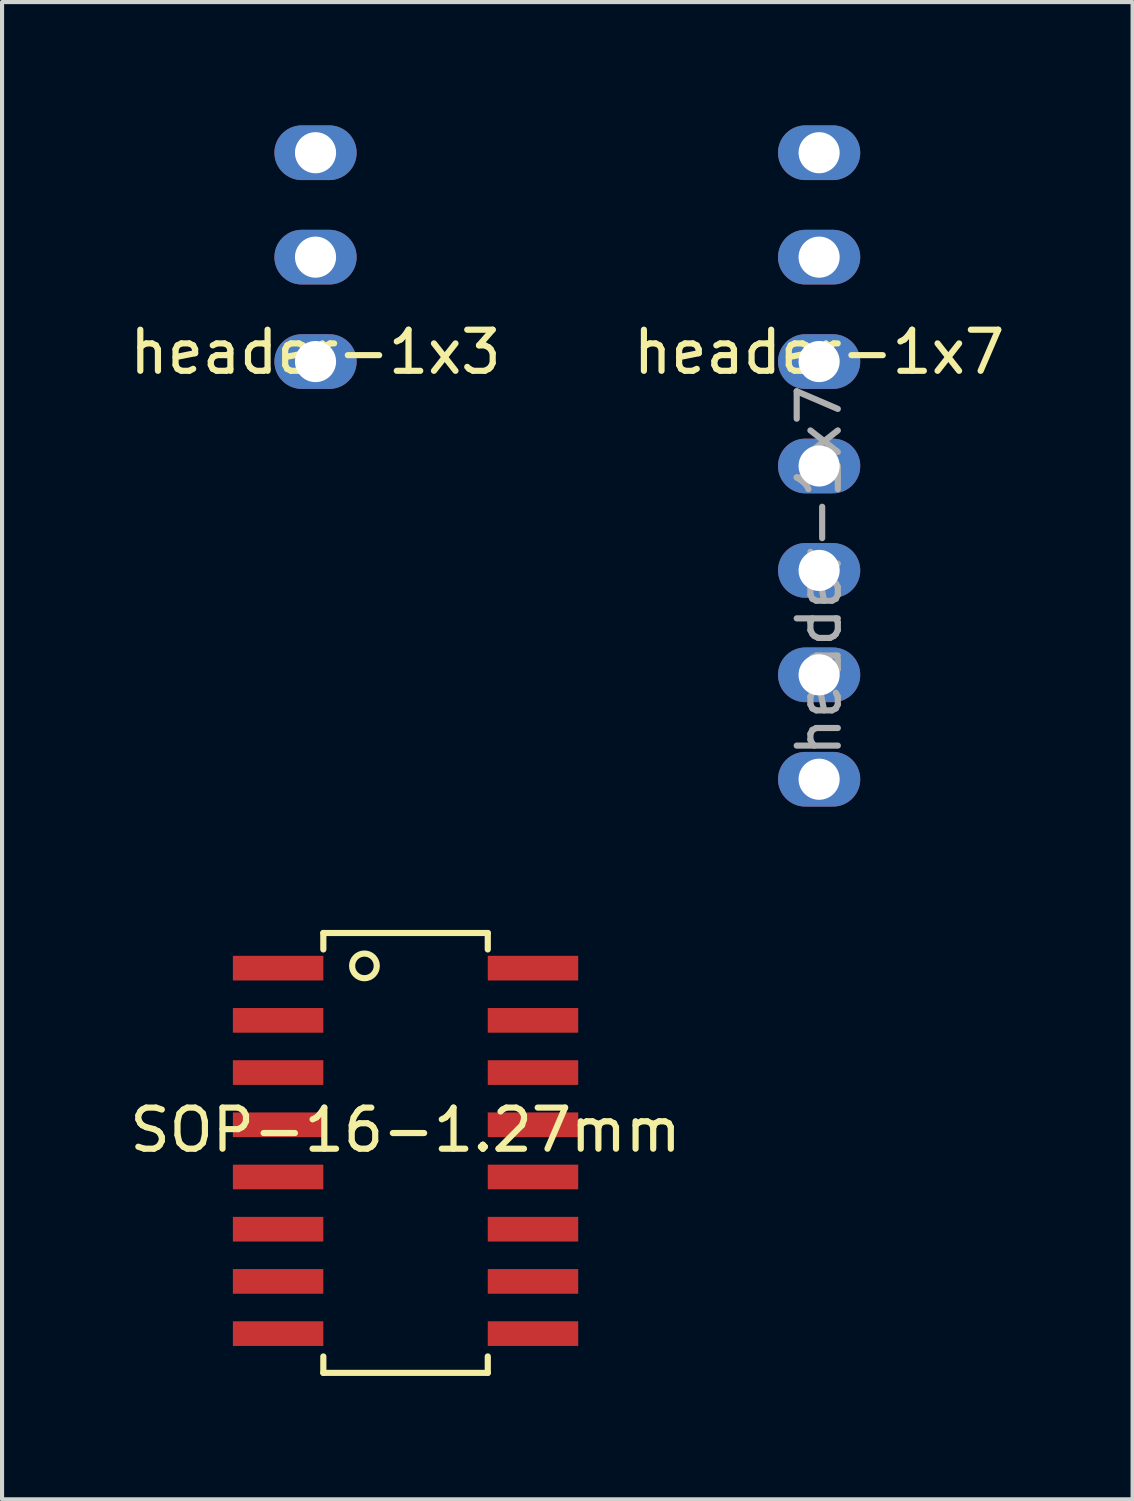
<source format=kicad_pcb>
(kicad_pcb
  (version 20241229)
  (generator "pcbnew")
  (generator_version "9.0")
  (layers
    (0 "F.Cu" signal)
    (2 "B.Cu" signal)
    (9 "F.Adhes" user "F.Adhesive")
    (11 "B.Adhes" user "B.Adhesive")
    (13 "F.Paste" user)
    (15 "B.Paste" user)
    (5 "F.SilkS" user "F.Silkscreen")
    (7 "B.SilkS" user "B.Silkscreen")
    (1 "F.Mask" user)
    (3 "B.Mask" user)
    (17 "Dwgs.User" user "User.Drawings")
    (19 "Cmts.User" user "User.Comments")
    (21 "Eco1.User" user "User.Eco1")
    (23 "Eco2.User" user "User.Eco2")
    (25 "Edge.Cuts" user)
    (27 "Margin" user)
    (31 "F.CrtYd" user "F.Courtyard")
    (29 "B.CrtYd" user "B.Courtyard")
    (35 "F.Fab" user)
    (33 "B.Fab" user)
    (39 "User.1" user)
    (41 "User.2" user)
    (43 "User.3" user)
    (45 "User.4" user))
  (footprint "SOP-16-1.27mm"
    (layer "F.Cu")
    (at 6.815 24.945)
    (property "Reference" "SOP-16-1.27mm" (at 0 -0.508 0) (layer "F.SilkS") (effects (font (size 1 1) (thickness 0.15))))
    (attr smd)
    (fp_line (start -2 -5.3) (end 2 -5.3) (stroke (width 0.15) (type solid)) (layer "F.SilkS"))
    (fp_line (start -2 -4.9) (end -2 -5.3) (stroke (width 0.15) (type solid)) (layer "F.SilkS"))
    (fp_line (start -2 5.4) (end -2 5) (stroke (width 0.15) (type solid)) (layer "F.SilkS"))
    (fp_line (start -2 5.4) (end 2 5.4) (stroke (width 0.15) (type solid)) (layer "F.SilkS"))
    (fp_line (start 2 -5.3) (end 2 -4.9) (stroke (width 0.15) (type solid)) (layer "F.SilkS"))
    (fp_line (start 2 5) (end 2 5.4) (stroke (width 0.15) (type solid)) (layer "F.SilkS"))
    (fp_circle (center -1 -4.5) (end -0.7 -4.5) (stroke (width 0.15) (type solid)) (fill no) (layer "F.SilkS"))
    (pad "1" smd rect (at -3.1 -4.445 270) (size 0.6 2.2) (layers "F.Cu" "F.Mask" "F.Paste"))
    (pad "2" smd rect (at -3.1 -3.175 270) (size 0.6 2.2) (layers "F.Cu" "F.Mask" "F.Paste"))
    (pad "3" smd rect (at -3.1 -1.905 270) (size 0.6 2.2) (layers "F.Cu" "F.Mask" "F.Paste"))
    (pad "4" smd rect (at -3.1 -0.635 270) (size 0.6 2.2) (layers "F.Cu" "F.Mask" "F.Paste"))
    (pad "5" smd rect (at -3.1 0.635 270) (size 0.6 2.2) (layers "F.Cu" "F.Mask" "F.Paste"))
    (pad "6" smd rect (at -3.1 1.905 270) (size 0.6 2.2) (layers "F.Cu" "F.Mask" "F.Paste"))
    (pad "7" smd rect (at -3.1 3.175 270) (size 0.6 2.2) (layers "F.Cu" "F.Mask" "F.Paste"))
    (pad "8" smd rect (at -3.1 4.445 270) (size 0.6 2.2) (layers "F.Cu" "F.Mask" "F.Paste"))
    (pad "9" smd rect (at 3.1 4.445 270) (size 0.6 2.2) (layers "F.Cu" "F.Mask" "F.Paste"))
    (pad "10" smd rect (at 3.1 3.175 270) (size 0.6 2.2) (layers "F.Cu" "F.Mask" "F.Paste"))
    (pad "11" smd rect (at 3.1 1.905 270) (size 0.6 2.2) (layers "F.Cu" "F.Mask" "F.Paste"))
    (pad "12" smd rect (at 3.1 0.635 270) (size 0.6 2.2) (layers "F.Cu" "F.Mask" "F.Paste"))
    (pad "13" smd rect (at 3.1 -0.635 270) (size 0.6 2.2) (layers "F.Cu" "F.Mask" "F.Paste"))
    (pad "14" smd rect (at 3.1 -1.905 270) (size 0.6 2.2) (layers "F.Cu" "F.Mask" "F.Paste"))
    (pad "15" smd rect (at 3.1 -3.175 270) (size 0.6 2.2) (layers "F.Cu" "F.Mask" "F.Paste"))
    (pad "16" smd rect (at 3.1 -4.445 270) (size 0.6 2.2) (layers "F.Cu" "F.Mask" "F.Paste")))
  (footprint "header-1x3"
    (layer "F.Cu")
    (at 4.625 3.205)
    (property "Reference" "header-1x3" (at 0 2.31 0) (layer "F.SilkS") (effects (font (size 1 1) (thickness 0.15))))
    (attr through_hole)
    (pad "1" thru_hole oval (at 0 -2.54) (size 2 1.33) (drill 1) (layers "*.Cu" "*.Mask"))
    (pad "2" thru_hole oval (at 0 0) (size 2 1.33) (drill 1) (layers "*.Cu" "*.Mask"))
    (pad "3" thru_hole oval (at 0 2.54) (size 2 1.33) (drill 1) (layers "*.Cu" "*.Mask")))
  (footprint "header-1x7"
    (layer "F.Cu")
    (at 16.875 8.285)
    (property "Reference" "header-1x7" (at 0 -2.77 0) (layer "F.SilkS") (effects (font (size 1 1) (thickness 0.15))))
    (attr through_hole)
    (fp_text user "${REFERENCE}" (at 0 2.54 90) (layer "F.Fab") (effects (font (size 1 1) (thickness 0.15))))
    (pad "1" thru_hole oval (at 0 -7.62) (size 2 1.33) (drill 1) (layers "*.Cu" "*.Mask"))
    (pad "2" thru_hole oval (at 0 -5.08) (size 2 1.33) (drill 1) (layers "*.Cu" "*.Mask"))
    (pad "3" thru_hole oval (at 0 -2.54) (size 2 1.33) (drill 1) (layers "*.Cu" "*.Mask"))
    (pad "4" thru_hole oval (at 0 0) (size 2 1.33) (drill 1) (layers "*.Cu" "*.Mask"))
    (pad "5" thru_hole oval (at 0 2.54) (size 2 1.33) (drill 1) (layers "*.Cu" "*.Mask"))
    (pad "6" thru_hole oval (at 0 5.08) (size 2 1.33) (drill 1) (layers "*.Cu" "*.Mask"))
    (pad "7" thru_hole oval (at 0 7.62) (size 2 1.33) (drill 1) (layers "*.Cu" "*.Mask")))
  (gr_rect
    (start -3 -3)
    (end 24.5 33.42)
    (stroke (width 0.1) (type default))
    (fill no)
    (layer "Edge.Cuts")))
</source>
